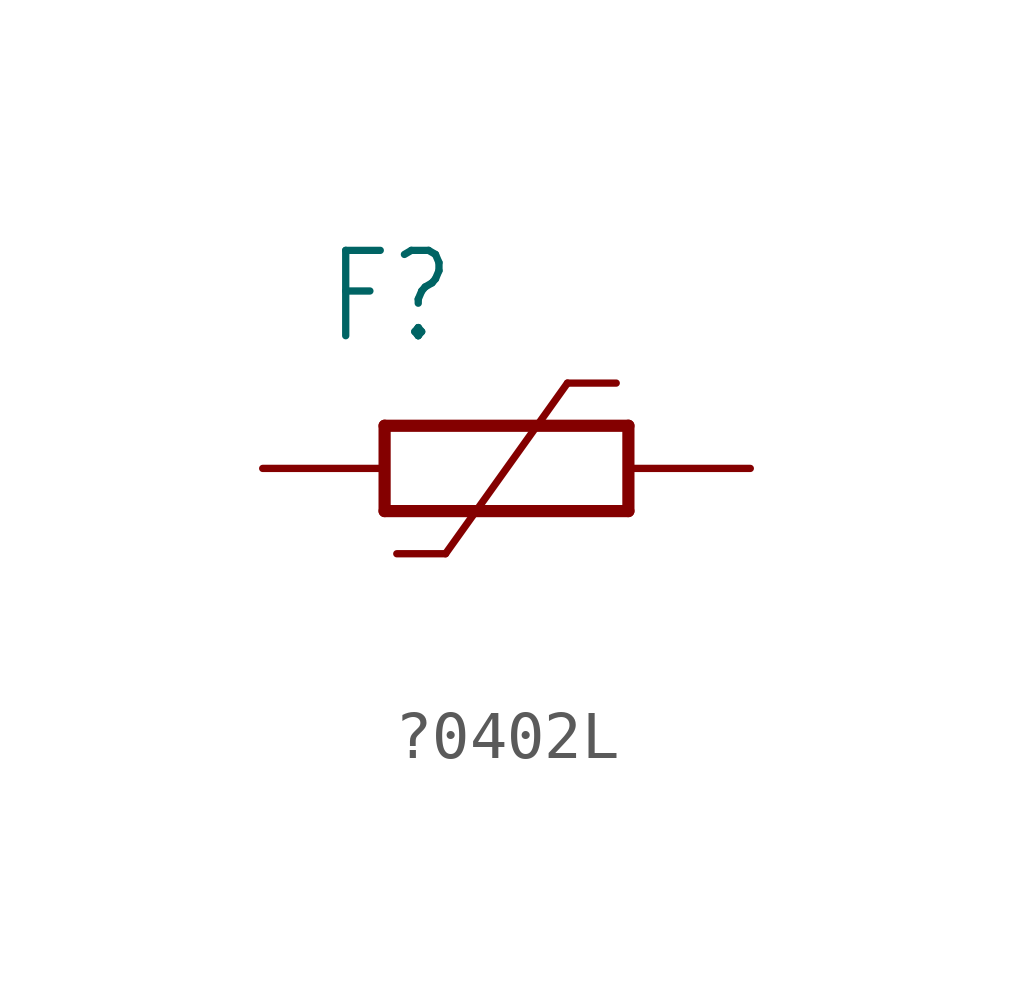
<source format=kicad_sym>
(kicad_symbol_lib
  (version 20231120)
  (generator "kicad_symbol_editor")
  (generator_version "8.0")
  (symbol "?0402L"
    (property "Reference" "F"
      (at -3.81 2.54 0)
      (effects (font (size 1.778 1.511)) (justify left bottom)))
    (property "Value" ""
      (at -3.81 -3.81 0)
      (effects (font (size 1.778 1.511)) (justify left bottom)))
    (property "ki_locked" ""
      (at 0 0 0)
      (effects (font (size 1.27 1.27))))
    (symbol "?0402L_1_0"
      (polyline (pts (xy -2.54 -0.889) (xy 2.54 -0.889)) (stroke (width 0.254) (type solid)) (fill (type none)))
      (polyline (pts (xy -2.54 0.889) (xy -2.54 -0.889)) (stroke (width 0.254) (type solid)) (fill (type none)))
      (polyline (pts (xy -1.27 -1.778) (xy -2.286 -1.778)) (stroke (width 0.152) (type solid)) (fill (type none)))
      (polyline (pts (xy 1.27 1.778) (xy -1.27 -1.778)) (stroke (width 0.152) (type solid)) (fill (type none)))
      (polyline (pts (xy 1.27 1.778) (xy 2.286 1.778)) (stroke (width 0.152) (type solid)) (fill (type none)))
      (polyline (pts (xy 2.54 0.889) (xy -2.54 0.889)) (stroke (width 0.254) (type solid)) (fill (type none)))
      (polyline (pts (xy 2.54 0.889) (xy 2.54 -0.889)) (stroke (width 0.254) (type solid)) (fill (type none)))
      (pin passive line (at 5.08 0 180) (length 2.54) (name "1" (effects (font (size 0 0)))) (number "1" (effects (font (size 0 0)))))
      (pin passive line (at -5.08 0 0) (length 2.54) (name "2" (effects (font (size 0 0)))) (number "2" (effects (font (size 0 0))))))))
</source>
